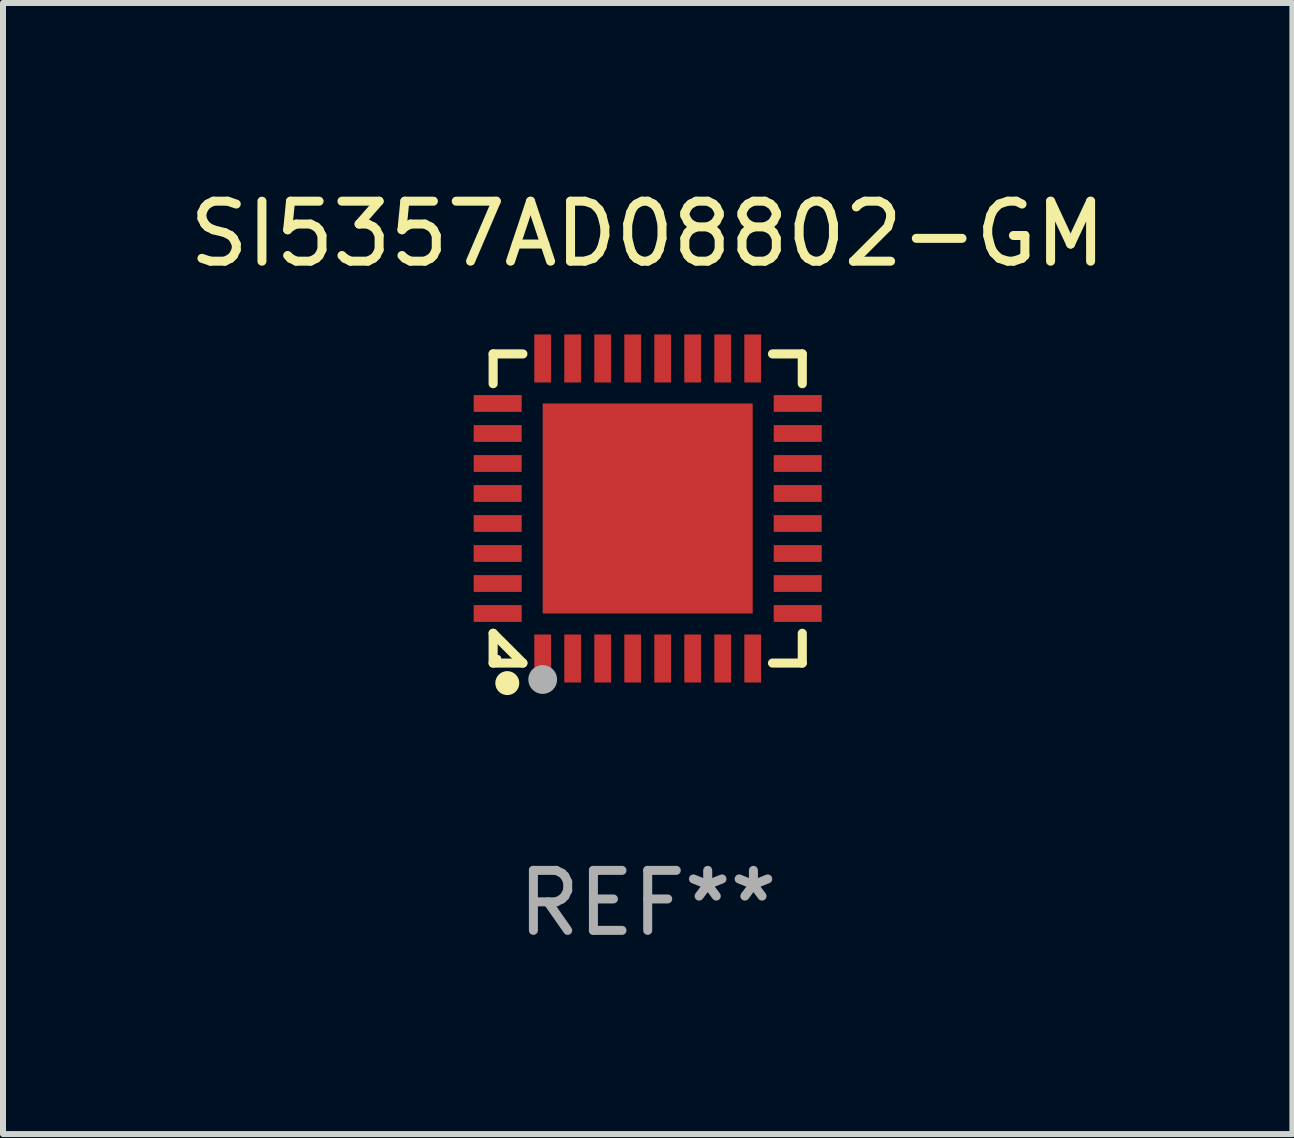
<source format=kicad_pcb>
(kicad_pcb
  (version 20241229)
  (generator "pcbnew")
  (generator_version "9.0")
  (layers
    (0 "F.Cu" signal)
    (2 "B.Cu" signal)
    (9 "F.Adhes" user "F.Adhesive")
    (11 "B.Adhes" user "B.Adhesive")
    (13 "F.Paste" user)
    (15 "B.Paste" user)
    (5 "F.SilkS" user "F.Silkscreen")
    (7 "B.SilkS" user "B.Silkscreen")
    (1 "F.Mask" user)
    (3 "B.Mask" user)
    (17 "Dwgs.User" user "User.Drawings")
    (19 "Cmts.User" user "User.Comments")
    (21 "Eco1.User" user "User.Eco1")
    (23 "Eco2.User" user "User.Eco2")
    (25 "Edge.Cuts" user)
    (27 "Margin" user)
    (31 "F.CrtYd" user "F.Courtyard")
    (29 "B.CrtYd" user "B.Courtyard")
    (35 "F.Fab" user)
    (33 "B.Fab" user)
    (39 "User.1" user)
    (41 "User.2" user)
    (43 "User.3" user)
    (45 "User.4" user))
  (footprint "SI5357AD08802-GM"
    (layer "F.Cu")
    (at 7.744 5.424)
    (property "Reference" "SI5357AD08802-GM" (at 0 -4.576 0) (layer "F.SilkS") (effects (font (size 1 1) (thickness 0.15))))
    (attr through_hole)
    (fp_line (start -2.576 -2.576) (end -2.08 -2.576) (stroke (width 0.152) (type solid)) (layer "F.SilkS"))
    (fp_line (start -2.576 -2.08) (end -2.576 -2.576) (stroke (width 0.152) (type solid)) (layer "F.SilkS"))
    (fp_line (start -2.576 2.08) (end -2.576 2.576) (stroke (width 0.152) (type solid)) (layer "F.SilkS"))
    (fp_line (start -2.576 2.08) (end -2.08 2.576) (stroke (width 0.152) (type solid)) (layer "F.SilkS"))
    (fp_line (start -2.576 2.576) (end -2.08 2.576) (stroke (width 0.152) (type solid)) (layer "F.SilkS"))
    (fp_line (start 2.576 -2.576) (end 2.08 -2.576) (stroke (width 0.152) (type solid)) (layer "F.SilkS"))
    (fp_line (start 2.576 -2.08) (end 2.576 -2.576) (stroke (width 0.152) (type solid)) (layer "F.SilkS"))
    (fp_line (start 2.576 2.08) (end 2.576 2.576) (stroke (width 0.152) (type solid)) (layer "F.SilkS"))
    (fp_line (start 2.576 2.576) (end 2.08 2.576) (stroke (width 0.152) (type solid)) (layer "F.SilkS"))
    (fp_circle (center -2.5 2.5) (end -2.47 2.5) (stroke (width 0.06) (type solid)) (fill no) (layer "F.SilkS"))
    (fp_circle (center -2.34 2.91) (end -2.24 2.91) (stroke (width 0.2) (type solid)) (fill no) (layer "F.SilkS"))
    (fp_circle (center -1.75 2.85) (end -1.63 2.85) (stroke (width 0.24) (type solid)) (fill no) (layer "F.Fab"))
    (fp_text user "REF**" (at 0 6.576 0) (layer "F.Fab") (effects (font (size 1 1) (thickness 0.15))))
    (pad "1" smd rect (at -1.75 2.5) (size 0.28 0.8) (layers "F.Cu" "F.Mask" "F.Paste"))
    (pad "2" smd rect (at -1.25 2.5) (size 0.28 0.8) (layers "F.Cu" "F.Mask" "F.Paste"))
    (pad "3" smd rect (at -0.75 2.5) (size 0.28 0.8) (layers "F.Cu" "F.Mask" "F.Paste"))
    (pad "4" smd rect (at -0.25 2.5) (size 0.28 0.8) (layers "F.Cu" "F.Mask" "F.Paste"))
    (pad "5" smd rect (at 0.25 2.5) (size 0.28 0.8) (layers "F.Cu" "F.Mask" "F.Paste"))
    (pad "6" smd rect (at 0.75 2.5) (size 0.28 0.8) (layers "F.Cu" "F.Mask" "F.Paste"))
    (pad "7" smd rect (at 1.25 2.5) (size 0.28 0.8) (layers "F.Cu" "F.Mask" "F.Paste"))
    (pad "8" smd rect (at 1.75 2.5) (size 0.28 0.8) (layers "F.Cu" "F.Mask" "F.Paste"))
    (pad "9" smd rect (at 2.5 1.75) (size 0.8 0.28) (layers "F.Cu" "F.Mask" "F.Paste"))
    (pad "10" smd rect (at 2.5 1.25) (size 0.8 0.28) (layers "F.Cu" "F.Mask" "F.Paste"))
    (pad "11" smd rect (at 2.5 0.75) (size 0.8 0.28) (layers "F.Cu" "F.Mask" "F.Paste"))
    (pad "12" smd rect (at 2.5 0.25) (size 0.8 0.28) (layers "F.Cu" "F.Mask" "F.Paste"))
    (pad "13" smd rect (at 2.5 -0.25) (size 0.8 0.28) (layers "F.Cu" "F.Mask" "F.Paste"))
    (pad "14" smd rect (at 2.5 -0.75) (size 0.8 0.28) (layers "F.Cu" "F.Mask" "F.Paste"))
    (pad "15" smd rect (at 2.5 -1.25) (size 0.8 0.28) (layers "F.Cu" "F.Mask" "F.Paste"))
    (pad "16" smd rect (at 2.5 -1.75) (size 0.8 0.28) (layers "F.Cu" "F.Mask" "F.Paste"))
    (pad "17" smd rect (at 1.75 -2.5) (size 0.28 0.8) (layers "F.Cu" "F.Mask" "F.Paste"))
    (pad "18" smd rect (at 1.25 -2.5) (size 0.28 0.8) (layers "F.Cu" "F.Mask" "F.Paste"))
    (pad "19" smd rect (at 0.75 -2.5) (size 0.28 0.8) (layers "F.Cu" "F.Mask" "F.Paste"))
    (pad "20" smd rect (at 0.25 -2.5) (size 0.28 0.8) (layers "F.Cu" "F.Mask" "F.Paste"))
    (pad "21" smd rect (at -0.25 -2.5) (size 0.28 0.8) (layers "F.Cu" "F.Mask" "F.Paste"))
    (pad "22" smd rect (at -0.75 -2.5) (size 0.28 0.8) (layers "F.Cu" "F.Mask" "F.Paste"))
    (pad "23" smd rect (at -1.25 -2.5) (size 0.28 0.8) (layers "F.Cu" "F.Mask" "F.Paste"))
    (pad "24" smd rect (at -1.75 -2.5) (size 0.28 0.8) (layers "F.Cu" "F.Mask" "F.Paste"))
    (pad "25" smd rect (at -2.5 -1.75) (size 0.8 0.28) (layers "F.Cu" "F.Mask" "F.Paste"))
    (pad "26" smd rect (at -2.5 -1.25) (size 0.8 0.28) (layers "F.Cu" "F.Mask" "F.Paste"))
    (pad "27" smd rect (at -2.5 -0.75) (size 0.8 0.28) (layers "F.Cu" "F.Mask" "F.Paste"))
    (pad "28" smd rect (at -2.5 -0.25) (size 0.8 0.28) (layers "F.Cu" "F.Mask" "F.Paste"))
    (pad "29" smd rect (at -2.5 0.25) (size 0.8 0.28) (layers "F.Cu" "F.Mask" "F.Paste"))
    (pad "30" smd rect (at -2.5 0.75) (size 0.8 0.28) (layers "F.Cu" "F.Mask" "F.Paste"))
    (pad "31" smd rect (at -2.5 1.25) (size 0.8 0.28) (layers "F.Cu" "F.Mask" "F.Paste"))
    (pad "32" smd rect (at -2.5 1.75) (size 0.8 0.28) (layers "F.Cu" "F.Mask" "F.Paste"))
    (pad "33" smd rect (at 0 0) (size 3.5 3.5) (layers "F.Cu" "F.Mask" "F.Paste")))
  (gr_rect
    (start -3 -3)
    (end 18.488 15.849)
    (stroke (width 0.1) (type default))
    (fill no)
    (layer "Edge.Cuts")))
</source>
